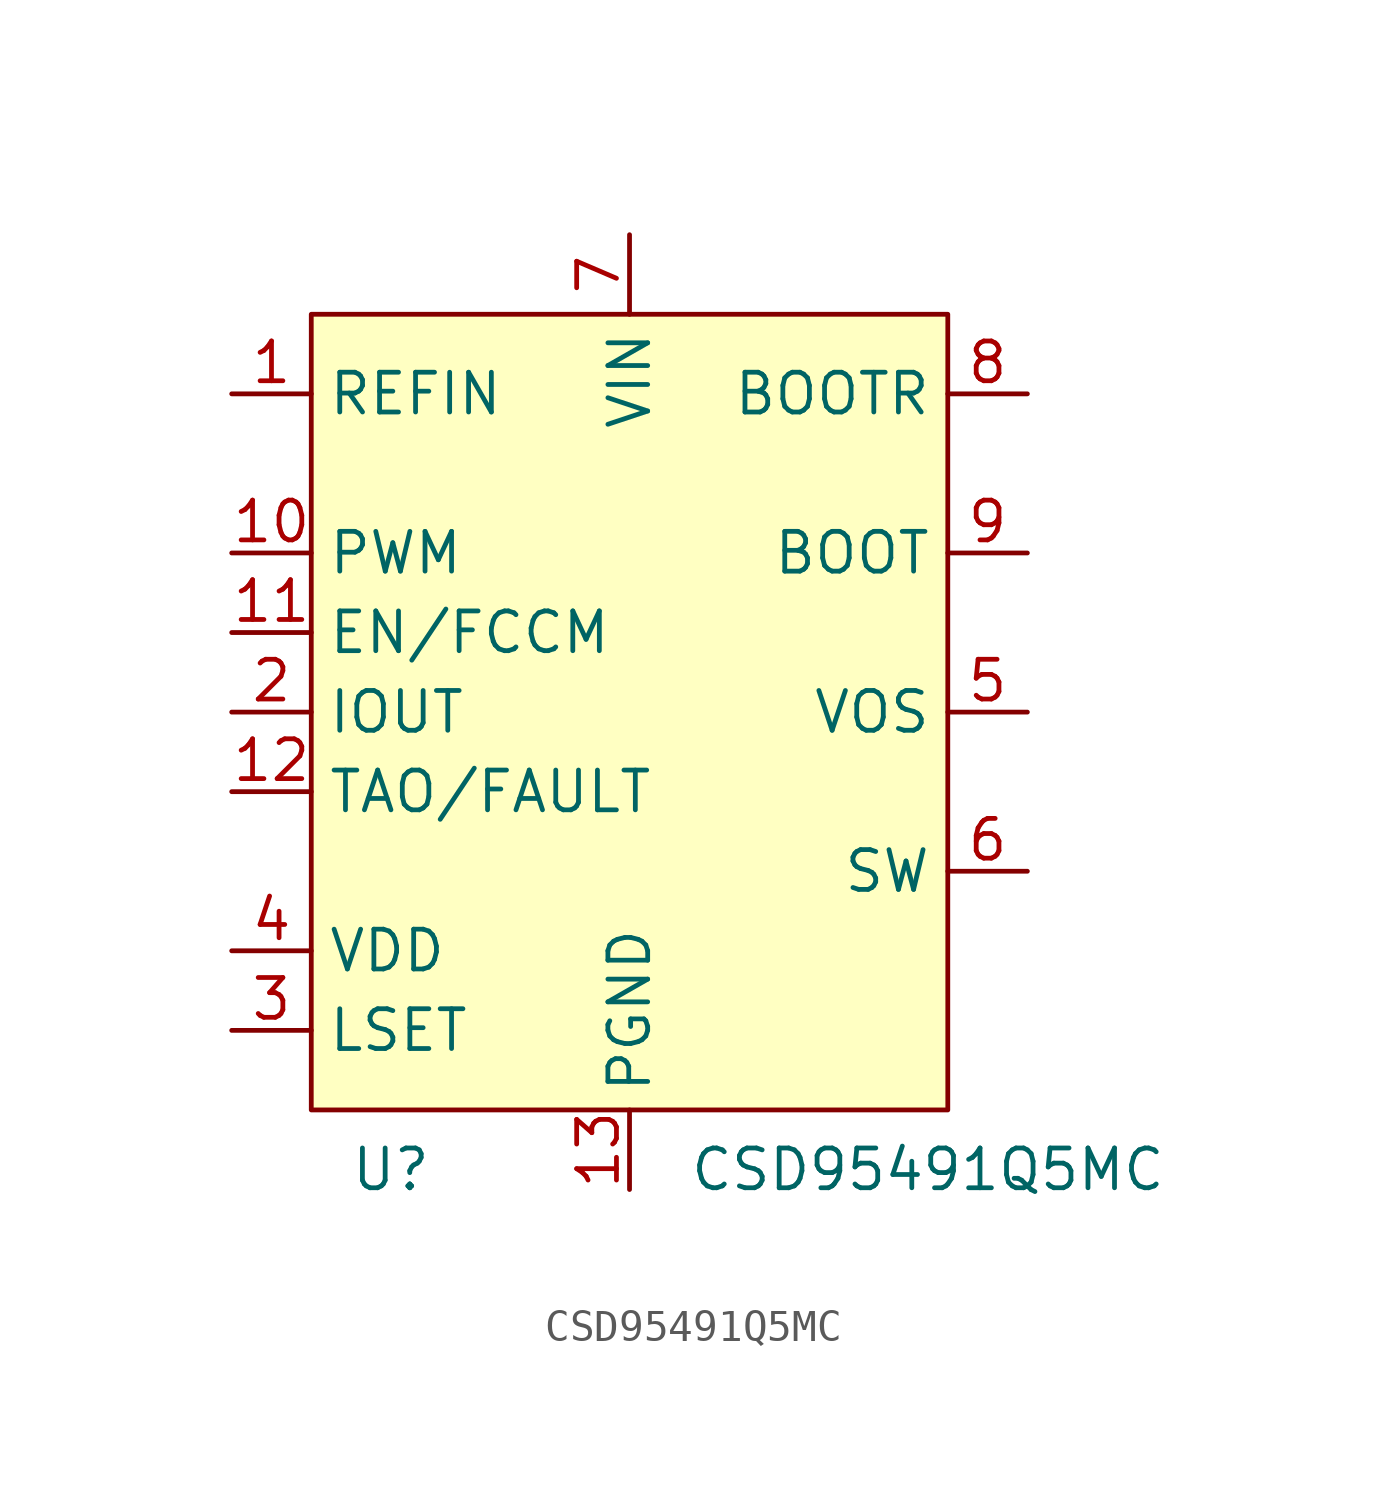
<source format=kicad_sym>
(kicad_symbol_lib
  (version 20231120)
  (generator "kicad_symbol_editor")
  (generator_version "8.0")
  (symbol "CSD95491Q5MC"
    (property "Reference" "U"
      (at -7.62 -14.605 0)
      (effects (font (size 1.27 1.27))))
    (property "Value" "CSD95491Q5MC"
      (at 9.525 -14.605 0)
      (effects (font (size 1.27 1.27))))
    (symbol "CSD95491Q5MC_0_0"
      (pin power_in line (at -12.7 10.16 0) (length 2.54) (name "REFIN" (effects (font (size 1.27 1.27)))) (number "1" (effects (font (size 1.27 1.27)))))
      (pin tri_state line (at -12.7 5.08 0) (length 2.54) (name "PWM" (effects (font (size 1.27 1.27)))) (number "10" (effects (font (size 1.27 1.27)))))
      (pin input line (at -12.7 2.54 0) (length 2.54) (name "EN/FCCM" (effects (font (size 1.27 1.27)))) (number "11" (effects (font (size 1.27 1.27)))))
      (pin open_collector line (at -12.7 -2.54 0) (length 2.54) (name "TAO/FAULT" (effects (font (size 1.27 1.27)))) (number "12" (effects (font (size 1.27 1.27)))))
      (pin power_in line (at 0 -15.24 90) (length 2.54) (name "PGND" (effects (font (size 1.27 1.27)))) (number "13" (effects (font (size 1.27 1.27)))))
      (pin output line (at -12.7 0 0) (length 2.54) (name "IOUT" (effects (font (size 1.27 1.27)))) (number "2" (effects (font (size 1.27 1.27)))))
      (pin input line (at -12.7 -10.16 0) (length 2.54) (name "LSET" (effects (font (size 1.27 1.27)))) (number "3" (effects (font (size 1.27 1.27)))))
      (pin input line (at -12.7 -7.62 0) (length 2.54) (name "VDD" (effects (font (size 1.27 1.27)))) (number "4" (effects (font (size 1.27 1.27)))))
      (pin output line (at 12.7 -5.08 180) (length 2.54) (name "SW" (effects (font (size 1.27 1.27)))) (number "6" (effects (font (size 1.27 1.27)))))
      (pin power_in line (at 0 15.24 270) (length 2.54) (name "VIN" (effects (font (size 1.27 1.27)))) (number "7" (effects (font (size 1.27 1.27)))))
      (pin passive line (at 12.7 10.16 180) (length 2.54) (name "BOOTR" (effects (font (size 1.27 1.27)))) (number "8" (effects (font (size 1.27 1.27))))))
    (symbol "CSD95491Q5MC_1_0"
      (pin input line (at 12.7 0 180) (length 2.54) (name "VOS" (effects (font (size 1.27 1.27)))) (number "5" (effects (font (size 1.27 1.27)))))
      (pin output line (at 12.7 5.08 180) (length 2.54) (name "BOOT" (effects (font (size 1.27 1.27)))) (number "9" (effects (font (size 1.27 1.27))))))
    (symbol "CSD95491Q5MC_1_1"
      (rectangle (start -10.16 12.7) (end 10.16 -12.7) (stroke (width 0) (type default)) (fill (type background))))))
</source>
